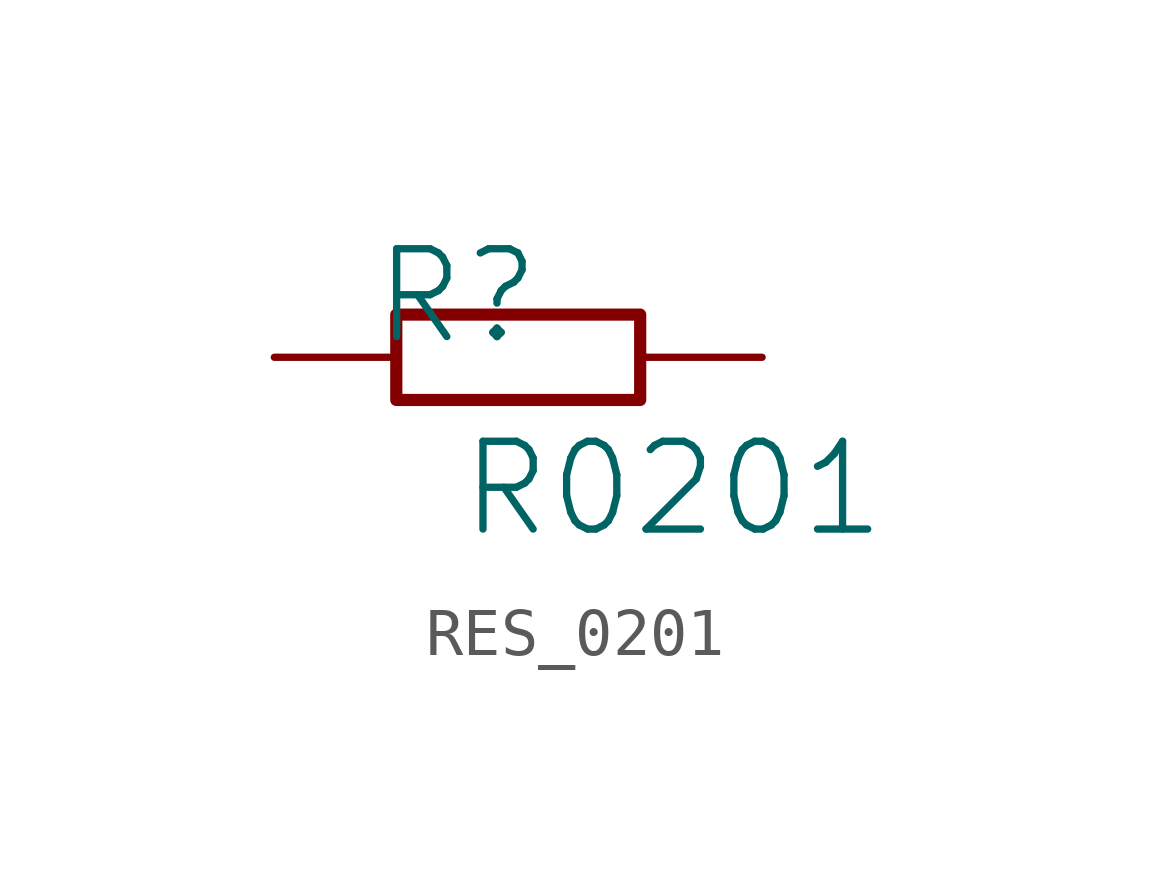
<source format=kicad_sym>
(kicad_symbol_lib
  (version 20231120)
  (generator "kicad_symbol_editor")
  (generator_version "8.0")
  (symbol "RES_0201"
    (property "Reference" "R"
      (at -1.27 1.27 0)
      (effects (font (size 1.829 1.829))))
    (property "Value" "R0201"
      (at -1.27 -3.81 0)
      (effects (font (size 1.829 1.829)) (justify left bottom)))
    (symbol "RES_0201_1_0"
      (polyline (pts (xy -2.54 0) (xy -2.54 0.889) (xy 2.54 0.889) (xy 2.54 -0.889) (xy -2.54 -0.889) (xy -2.54 0)) (stroke (width 0.254) (type solid)) (fill (type none)))
      (pin passive line (at -5.08 0 0) (length 2.54) (name "1" (effects (font (size 0 0)))) (number "1" (effects (font (size 0 0)))))
      (pin passive line (at 5.08 0 180) (length 2.54) (name "2" (effects (font (size 0 0)))) (number "2" (effects (font (size 0 0))))))))
</source>
